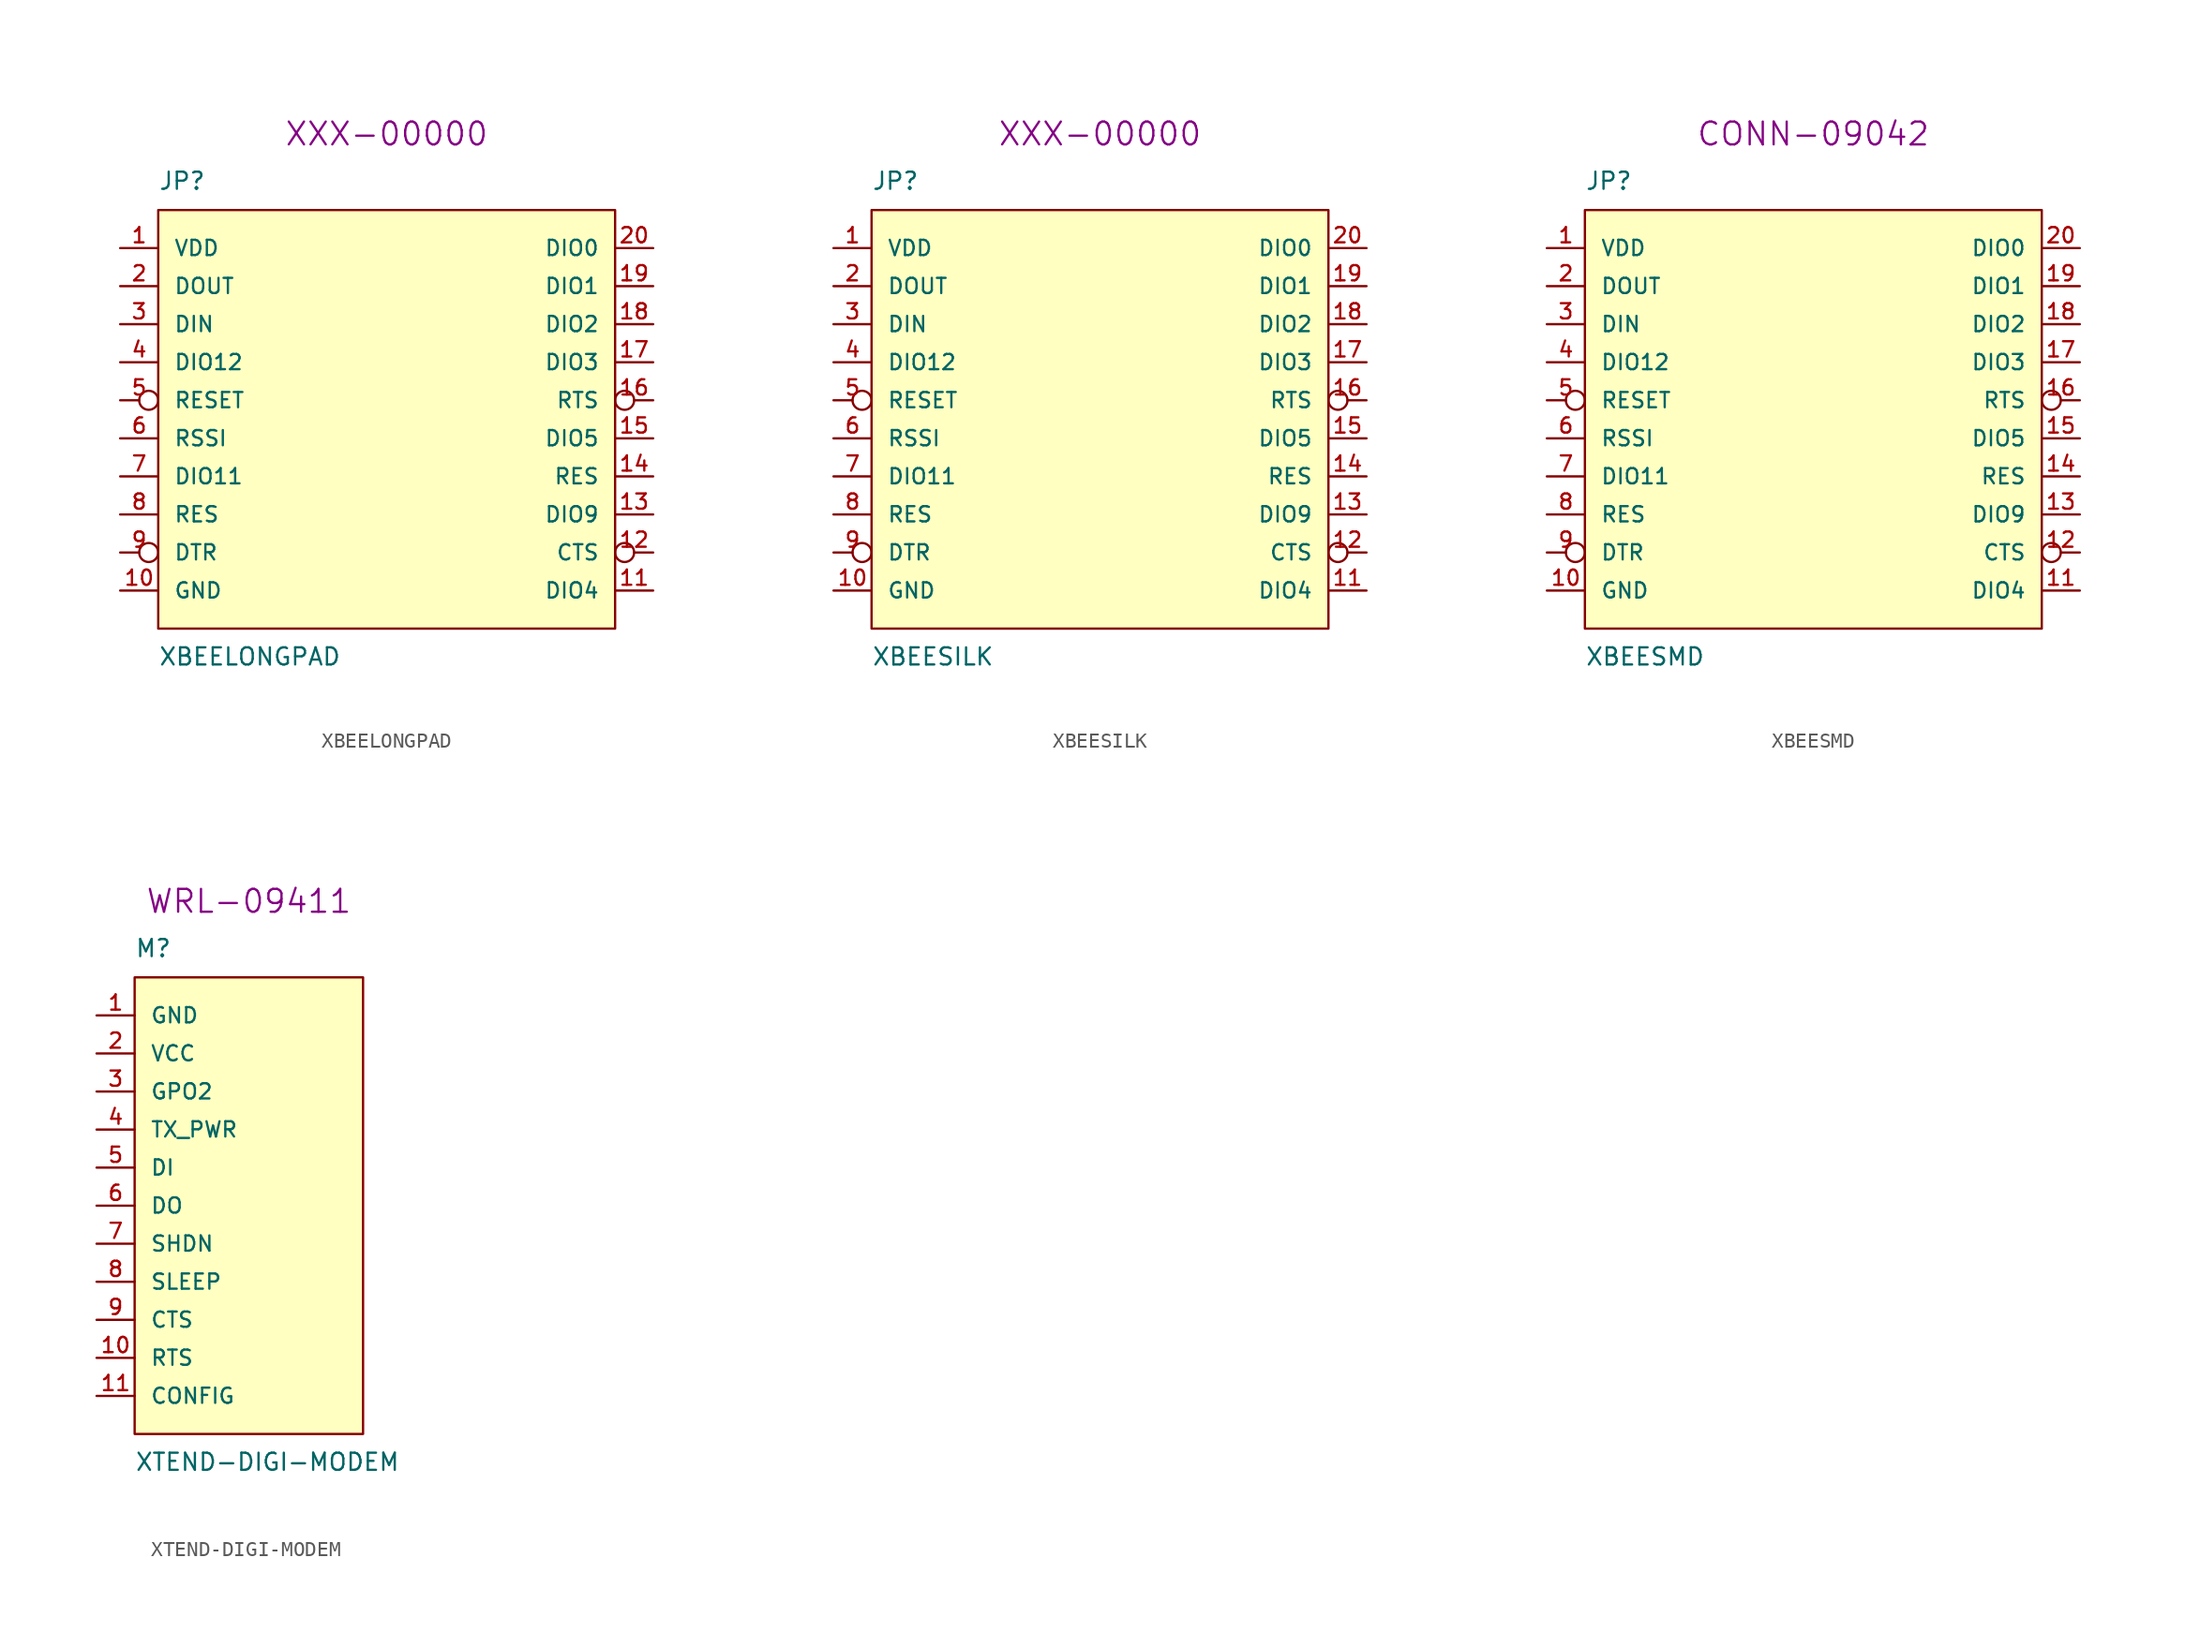
<source format=kicad_sym>
(kicad_symbol_lib
  (version 20220914)
  (generator kicad_symbol_editor)
  (symbol "XBEELONGPAD"
    (pin_names
      (offset 1.016))
    (property "Reference" "JP"
      (at -15.24 13.97 0)
      (effects (font (size 1.143 1.143)) (justify left bottom)))
    (property "Value" "XBEELONGPAD"
      (at -15.24 -17.78 0)
      (effects (font (size 1.143 1.143)) (justify left bottom)))
    (property "Field4" "XXX-00000"
      (at 0 17.78 0)
      (effects (font (size 1.524 1.524))))
    (property "ki_locked" ""
      (at 0 0 0)
      (effects (font (size 1.27 1.27))))
    (symbol "XBEELONGPAD_1_1"
      (polyline (pts (xy -15.24 12.7) (xy 15.24 12.7) (xy 15.24 -15.24) (xy -15.24 -15.24) (xy -15.24 12.7)) (stroke (width 0) (type solid)) (fill (type background)))
      (pin power_in line (at -17.78 10.16 0) (length 2.54) (name "VDD" (effects (font (size 1.016 1.016)))) (number "1" (effects (font (size 1.016 1.016)))))
      (pin power_in line (at -17.78 -12.7 0) (length 2.54) (name "GND" (effects (font (size 1.016 1.016)))) (number "10" (effects (font (size 1.016 1.016)))))
      (pin bidirectional line (at 17.78 -12.7 180) (length 2.54) (name "DIO4" (effects (font (size 1.016 1.016)))) (number "11" (effects (font (size 1.016 1.016)))))
      (pin output inverted (at 17.78 -10.16 180) (length 2.54) (name "CTS" (effects (font (size 1.016 1.016)))) (number "12" (effects (font (size 1.016 1.016)))))
      (pin bidirectional line (at 17.78 -7.62 180) (length 2.54) (name "DIO9" (effects (font (size 1.016 1.016)))) (number "13" (effects (font (size 1.016 1.016)))))
      (pin bidirectional line (at 17.78 -5.08 180) (length 2.54) (name "RES" (effects (font (size 1.016 1.016)))) (number "14" (effects (font (size 1.016 1.016)))))
      (pin bidirectional line (at 17.78 -2.54 180) (length 2.54) (name "DIO5" (effects (font (size 1.016 1.016)))) (number "15" (effects (font (size 1.016 1.016)))))
      (pin input inverted (at 17.78 0 180) (length 2.54) (name "RTS" (effects (font (size 1.016 1.016)))) (number "16" (effects (font (size 1.016 1.016)))))
      (pin bidirectional line (at 17.78 2.54 180) (length 2.54) (name "DIO3" (effects (font (size 1.016 1.016)))) (number "17" (effects (font (size 1.016 1.016)))))
      (pin bidirectional line (at 17.78 5.08 180) (length 2.54) (name "DIO2" (effects (font (size 1.016 1.016)))) (number "18" (effects (font (size 1.016 1.016)))))
      (pin bidirectional line (at 17.78 7.62 180) (length 2.54) (name "DIO1" (effects (font (size 1.016 1.016)))) (number "19" (effects (font (size 1.016 1.016)))))
      (pin output line (at -17.78 7.62 0) (length 2.54) (name "DOUT" (effects (font (size 1.016 1.016)))) (number "2" (effects (font (size 1.016 1.016)))))
      (pin bidirectional line (at 17.78 10.16 180) (length 2.54) (name "DIO0" (effects (font (size 1.016 1.016)))) (number "20" (effects (font (size 1.016 1.016)))))
      (pin input line (at -17.78 5.08 0) (length 2.54) (name "DIN" (effects (font (size 1.016 1.016)))) (number "3" (effects (font (size 1.016 1.016)))))
      (pin bidirectional line (at -17.78 2.54 0) (length 2.54) (name "DIO12" (effects (font (size 1.016 1.016)))) (number "4" (effects (font (size 1.016 1.016)))))
      (pin input inverted (at -17.78 0 0) (length 2.54) (name "RESET" (effects (font (size 1.016 1.016)))) (number "5" (effects (font (size 1.016 1.016)))))
      (pin bidirectional line (at -17.78 -2.54 0) (length 2.54) (name "RSSI" (effects (font (size 1.016 1.016)))) (number "6" (effects (font (size 1.016 1.016)))))
      (pin bidirectional line (at -17.78 -5.08 0) (length 2.54) (name "DIO11" (effects (font (size 1.016 1.016)))) (number "7" (effects (font (size 1.016 1.016)))))
      (pin bidirectional line (at -17.78 -7.62 0) (length 2.54) (name "RES" (effects (font (size 1.016 1.016)))) (number "8" (effects (font (size 1.016 1.016)))))
      (pin bidirectional inverted (at -17.78 -10.16 0) (length 2.54) (name "DTR" (effects (font (size 1.016 1.016)))) (number "9" (effects (font (size 1.016 1.016)))))))
  (symbol "XBEESILK"
    (pin_names
      (offset 1.016))
    (property "Reference" "JP"
      (at -15.24 13.97 0)
      (effects (font (size 1.143 1.143)) (justify left bottom)))
    (property "Value" "XBEESILK"
      (at -15.24 -17.78 0)
      (effects (font (size 1.143 1.143)) (justify left bottom)))
    (property "Field4" "XXX-00000"
      (at 0 17.78 0)
      (effects (font (size 1.524 1.524))))
    (property "ki_locked" ""
      (at 0 0 0)
      (effects (font (size 1.27 1.27))))
    (symbol "XBEESILK_1_1"
      (polyline (pts (xy -15.24 12.7) (xy 15.24 12.7) (xy 15.24 -15.24) (xy -15.24 -15.24) (xy -15.24 12.7)) (stroke (width 0) (type solid)) (fill (type background)))
      (pin power_in line (at -17.78 10.16 0) (length 2.54) (name "VDD" (effects (font (size 1.016 1.016)))) (number "1" (effects (font (size 1.016 1.016)))))
      (pin power_in line (at -17.78 -12.7 0) (length 2.54) (name "GND" (effects (font (size 1.016 1.016)))) (number "10" (effects (font (size 1.016 1.016)))))
      (pin bidirectional line (at 17.78 -12.7 180) (length 2.54) (name "DIO4" (effects (font (size 1.016 1.016)))) (number "11" (effects (font (size 1.016 1.016)))))
      (pin output inverted (at 17.78 -10.16 180) (length 2.54) (name "CTS" (effects (font (size 1.016 1.016)))) (number "12" (effects (font (size 1.016 1.016)))))
      (pin bidirectional line (at 17.78 -7.62 180) (length 2.54) (name "DIO9" (effects (font (size 1.016 1.016)))) (number "13" (effects (font (size 1.016 1.016)))))
      (pin bidirectional line (at 17.78 -5.08 180) (length 2.54) (name "RES" (effects (font (size 1.016 1.016)))) (number "14" (effects (font (size 1.016 1.016)))))
      (pin bidirectional line (at 17.78 -2.54 180) (length 2.54) (name "DIO5" (effects (font (size 1.016 1.016)))) (number "15" (effects (font (size 1.016 1.016)))))
      (pin input inverted (at 17.78 0 180) (length 2.54) (name "RTS" (effects (font (size 1.016 1.016)))) (number "16" (effects (font (size 1.016 1.016)))))
      (pin bidirectional line (at 17.78 2.54 180) (length 2.54) (name "DIO3" (effects (font (size 1.016 1.016)))) (number "17" (effects (font (size 1.016 1.016)))))
      (pin bidirectional line (at 17.78 5.08 180) (length 2.54) (name "DIO2" (effects (font (size 1.016 1.016)))) (number "18" (effects (font (size 1.016 1.016)))))
      (pin bidirectional line (at 17.78 7.62 180) (length 2.54) (name "DIO1" (effects (font (size 1.016 1.016)))) (number "19" (effects (font (size 1.016 1.016)))))
      (pin output line (at -17.78 7.62 0) (length 2.54) (name "DOUT" (effects (font (size 1.016 1.016)))) (number "2" (effects (font (size 1.016 1.016)))))
      (pin bidirectional line (at 17.78 10.16 180) (length 2.54) (name "DIO0" (effects (font (size 1.016 1.016)))) (number "20" (effects (font (size 1.016 1.016)))))
      (pin input line (at -17.78 5.08 0) (length 2.54) (name "DIN" (effects (font (size 1.016 1.016)))) (number "3" (effects (font (size 1.016 1.016)))))
      (pin bidirectional line (at -17.78 2.54 0) (length 2.54) (name "DIO12" (effects (font (size 1.016 1.016)))) (number "4" (effects (font (size 1.016 1.016)))))
      (pin input inverted (at -17.78 0 0) (length 2.54) (name "RESET" (effects (font (size 1.016 1.016)))) (number "5" (effects (font (size 1.016 1.016)))))
      (pin bidirectional line (at -17.78 -2.54 0) (length 2.54) (name "RSSI" (effects (font (size 1.016 1.016)))) (number "6" (effects (font (size 1.016 1.016)))))
      (pin bidirectional line (at -17.78 -5.08 0) (length 2.54) (name "DIO11" (effects (font (size 1.016 1.016)))) (number "7" (effects (font (size 1.016 1.016)))))
      (pin bidirectional line (at -17.78 -7.62 0) (length 2.54) (name "RES" (effects (font (size 1.016 1.016)))) (number "8" (effects (font (size 1.016 1.016)))))
      (pin bidirectional inverted (at -17.78 -10.16 0) (length 2.54) (name "DTR" (effects (font (size 1.016 1.016)))) (number "9" (effects (font (size 1.016 1.016)))))))
  (symbol "XBEESMD"
    (pin_names
      (offset 1.016))
    (property "Reference" "JP"
      (at -15.24 13.97 0)
      (effects (font (size 1.143 1.143)) (justify left bottom)))
    (property "Value" "XBEESMD"
      (at -15.24 -17.78 0)
      (effects (font (size 1.143 1.143)) (justify left bottom)))
    (property "Field4" "CONN-09042"
      (at 0 17.78 0)
      (effects (font (size 1.524 1.524))))
    (property "ki_locked" ""
      (at 0 0 0)
      (effects (font (size 1.27 1.27))))
    (symbol "XBEESMD_1_1"
      (polyline (pts (xy -15.24 12.7) (xy 15.24 12.7) (xy 15.24 -15.24) (xy -15.24 -15.24) (xy -15.24 12.7)) (stroke (width 0) (type solid)) (fill (type background)))
      (pin power_in line (at -17.78 10.16 0) (length 2.54) (name "VDD" (effects (font (size 1.016 1.016)))) (number "1" (effects (font (size 1.016 1.016)))))
      (pin power_in line (at -17.78 -12.7 0) (length 2.54) (name "GND" (effects (font (size 1.016 1.016)))) (number "10" (effects (font (size 1.016 1.016)))))
      (pin bidirectional line (at 17.78 -12.7 180) (length 2.54) (name "DIO4" (effects (font (size 1.016 1.016)))) (number "11" (effects (font (size 1.016 1.016)))))
      (pin output inverted (at 17.78 -10.16 180) (length 2.54) (name "CTS" (effects (font (size 1.016 1.016)))) (number "12" (effects (font (size 1.016 1.016)))))
      (pin bidirectional line (at 17.78 -7.62 180) (length 2.54) (name "DIO9" (effects (font (size 1.016 1.016)))) (number "13" (effects (font (size 1.016 1.016)))))
      (pin bidirectional line (at 17.78 -5.08 180) (length 2.54) (name "RES" (effects (font (size 1.016 1.016)))) (number "14" (effects (font (size 1.016 1.016)))))
      (pin bidirectional line (at 17.78 -2.54 180) (length 2.54) (name "DIO5" (effects (font (size 1.016 1.016)))) (number "15" (effects (font (size 1.016 1.016)))))
      (pin input inverted (at 17.78 0 180) (length 2.54) (name "RTS" (effects (font (size 1.016 1.016)))) (number "16" (effects (font (size 1.016 1.016)))))
      (pin bidirectional line (at 17.78 2.54 180) (length 2.54) (name "DIO3" (effects (font (size 1.016 1.016)))) (number "17" (effects (font (size 1.016 1.016)))))
      (pin bidirectional line (at 17.78 5.08 180) (length 2.54) (name "DIO2" (effects (font (size 1.016 1.016)))) (number "18" (effects (font (size 1.016 1.016)))))
      (pin bidirectional line (at 17.78 7.62 180) (length 2.54) (name "DIO1" (effects (font (size 1.016 1.016)))) (number "19" (effects (font (size 1.016 1.016)))))
      (pin output line (at -17.78 7.62 0) (length 2.54) (name "DOUT" (effects (font (size 1.016 1.016)))) (number "2" (effects (font (size 1.016 1.016)))))
      (pin bidirectional line (at 17.78 10.16 180) (length 2.54) (name "DIO0" (effects (font (size 1.016 1.016)))) (number "20" (effects (font (size 1.016 1.016)))))
      (pin input line (at -17.78 5.08 0) (length 2.54) (name "DIN" (effects (font (size 1.016 1.016)))) (number "3" (effects (font (size 1.016 1.016)))))
      (pin bidirectional line (at -17.78 2.54 0) (length 2.54) (name "DIO12" (effects (font (size 1.016 1.016)))) (number "4" (effects (font (size 1.016 1.016)))))
      (pin input inverted (at -17.78 0 0) (length 2.54) (name "RESET" (effects (font (size 1.016 1.016)))) (number "5" (effects (font (size 1.016 1.016)))))
      (pin bidirectional line (at -17.78 -2.54 0) (length 2.54) (name "RSSI" (effects (font (size 1.016 1.016)))) (number "6" (effects (font (size 1.016 1.016)))))
      (pin bidirectional line (at -17.78 -5.08 0) (length 2.54) (name "DIO11" (effects (font (size 1.016 1.016)))) (number "7" (effects (font (size 1.016 1.016)))))
      (pin bidirectional line (at -17.78 -7.62 0) (length 2.54) (name "RES" (effects (font (size 1.016 1.016)))) (number "8" (effects (font (size 1.016 1.016)))))
      (pin bidirectional inverted (at -17.78 -10.16 0) (length 2.54) (name "DTR" (effects (font (size 1.016 1.016)))) (number "9" (effects (font (size 1.016 1.016)))))))
  (symbol "XTEND-DIGI-MODEM"
    (pin_names
      (offset 1.016))
    (property "Reference" "M"
      (at -7.62 16.51 0)
      (effects (font (size 1.143 1.143)) (justify left bottom)))
    (property "Value" "XTEND-DIGI-MODEM"
      (at -7.62 -17.78 0)
      (effects (font (size 1.143 1.143)) (justify left bottom)))
    (property "Field4" "WRL-09411"
      (at 0 20.32 0)
      (effects (font (size 1.524 1.524))))
    (property "ki_locked" ""
      (at 0 0 0)
      (effects (font (size 1.27 1.27))))
    (symbol "XTEND-DIGI-MODEM_1_1"
      (polyline (pts (xy -7.62 15.24) (xy 7.62 15.24) (xy 7.62 -15.24) (xy -7.62 -15.24) (xy -7.62 15.24)) (stroke (width 0) (type solid)) (fill (type background)))
      (pin bidirectional line (at -10.16 12.7 0) (length 2.54) (name "GND" (effects (font (size 1.016 1.016)))) (number "1" (effects (font (size 1.016 1.016)))))
      (pin bidirectional line (at -10.16 -10.16 0) (length 2.54) (name "RTS" (effects (font (size 1.016 1.016)))) (number "10" (effects (font (size 1.016 1.016)))))
      (pin bidirectional line (at -10.16 -12.7 0) (length 2.54) (name "CONFIG" (effects (font (size 1.016 1.016)))) (number "11" (effects (font (size 1.016 1.016)))))
      (pin bidirectional line (at -10.16 10.16 0) (length 2.54) (name "VCC" (effects (font (size 1.016 1.016)))) (number "2" (effects (font (size 1.016 1.016)))))
      (pin bidirectional line (at -10.16 7.62 0) (length 2.54) (name "GPO2" (effects (font (size 1.016 1.016)))) (number "3" (effects (font (size 1.016 1.016)))))
      (pin bidirectional line (at -10.16 5.08 0) (length 2.54) (name "TX_PWR" (effects (font (size 1.016 1.016)))) (number "4" (effects (font (size 1.016 1.016)))))
      (pin bidirectional line (at -10.16 2.54 0) (length 2.54) (name "DI" (effects (font (size 1.016 1.016)))) (number "5" (effects (font (size 1.016 1.016)))))
      (pin bidirectional line (at -10.16 0 0) (length 2.54) (name "DO" (effects (font (size 1.016 1.016)))) (number "6" (effects (font (size 1.016 1.016)))))
      (pin bidirectional line (at -10.16 -2.54 0) (length 2.54) (name "SHDN" (effects (font (size 1.016 1.016)))) (number "7" (effects (font (size 1.016 1.016)))))
      (pin bidirectional line (at -10.16 -5.08 0) (length 2.54) (name "SLEEP" (effects (font (size 1.016 1.016)))) (number "8" (effects (font (size 1.016 1.016)))))
      (pin bidirectional line (at -10.16 -7.62 0) (length 2.54) (name "CTS" (effects (font (size 1.016 1.016)))) (number "9" (effects (font (size 1.016 1.016))))))))
</source>
